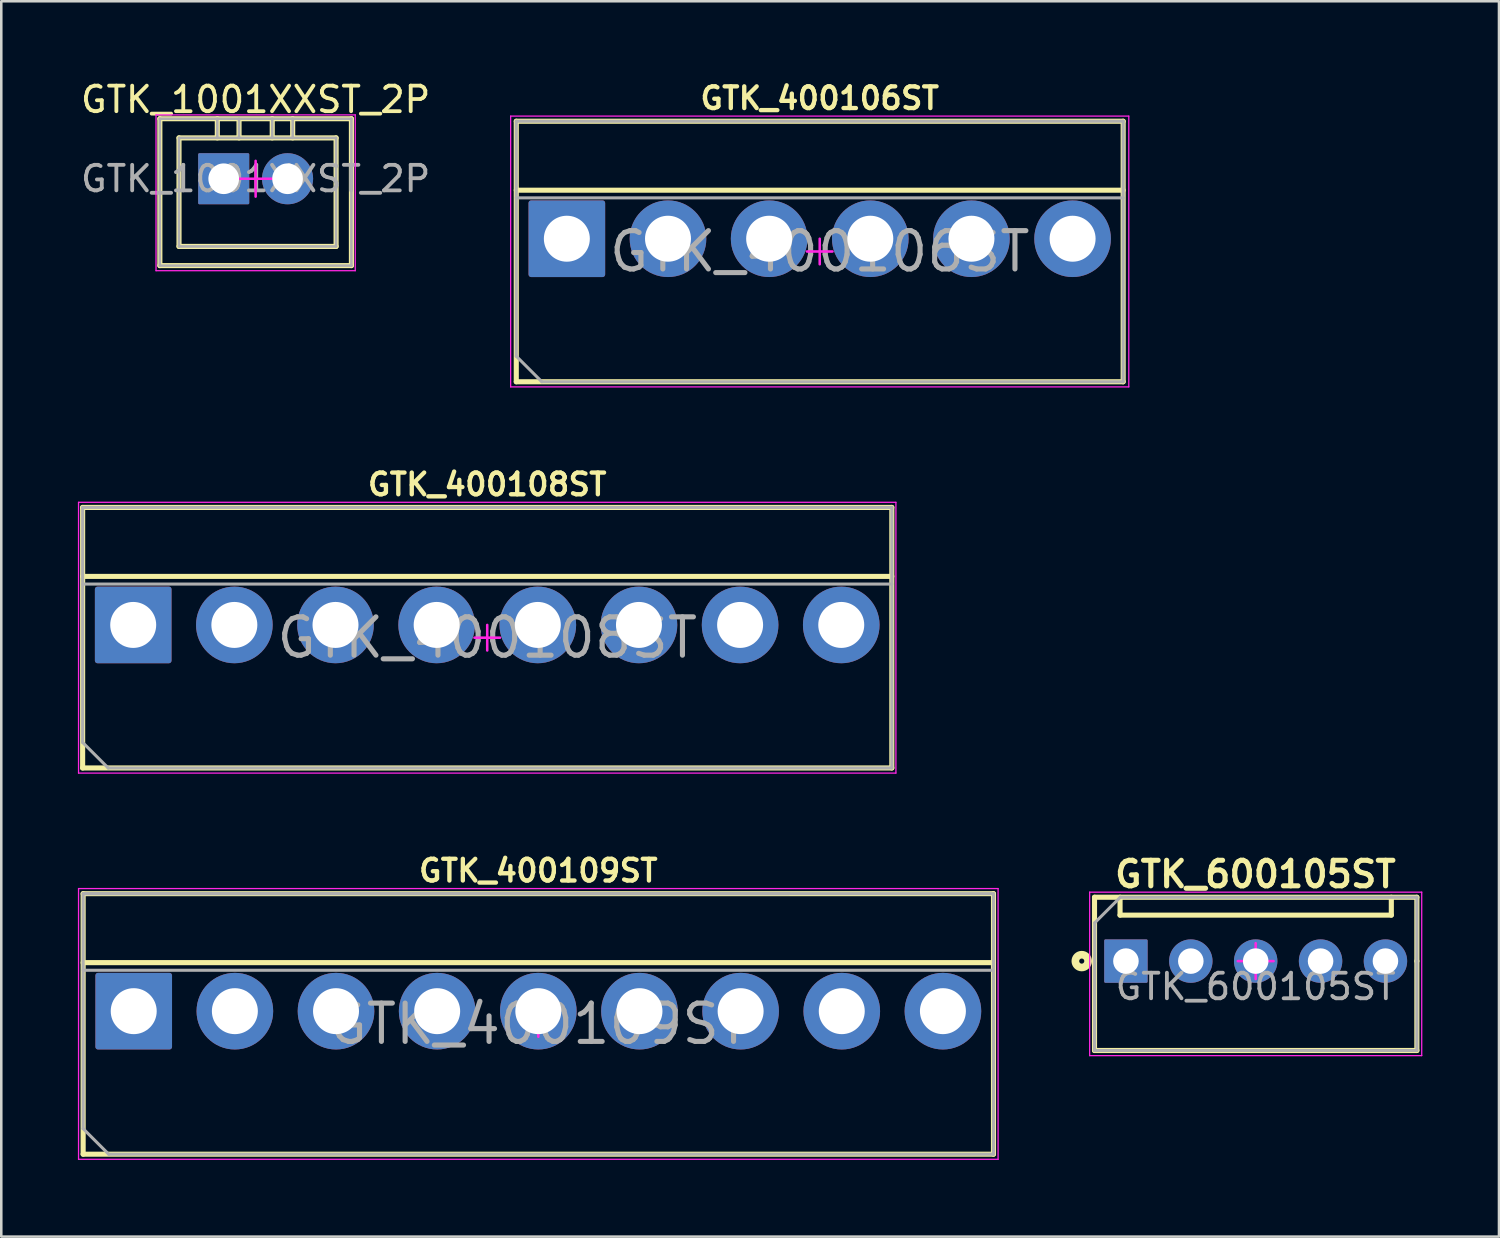
<source format=kicad_pcb>
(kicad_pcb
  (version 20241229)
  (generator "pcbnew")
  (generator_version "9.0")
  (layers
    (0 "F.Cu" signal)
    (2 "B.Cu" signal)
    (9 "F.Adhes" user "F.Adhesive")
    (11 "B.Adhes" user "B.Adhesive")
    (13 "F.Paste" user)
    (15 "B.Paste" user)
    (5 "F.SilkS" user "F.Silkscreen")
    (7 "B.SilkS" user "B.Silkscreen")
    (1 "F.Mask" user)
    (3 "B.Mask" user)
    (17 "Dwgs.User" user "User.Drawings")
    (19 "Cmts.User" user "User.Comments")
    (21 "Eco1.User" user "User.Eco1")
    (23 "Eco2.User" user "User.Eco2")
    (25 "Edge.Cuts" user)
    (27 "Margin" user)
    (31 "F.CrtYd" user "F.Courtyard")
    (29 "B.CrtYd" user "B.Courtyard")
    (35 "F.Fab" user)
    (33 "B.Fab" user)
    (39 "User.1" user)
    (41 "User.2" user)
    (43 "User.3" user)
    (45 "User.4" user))
  (footprint "GTK_400106ST"
    (layer "F.Cu")
    (at 29.042 6.796)
    (property "Reference" "GTK_400106ST" (at 0 -6 0) (layer "F.SilkS") (effects (font (size 0.85 0.85) (thickness 0.17))))
    (attr through_hole)
    (fp_line (start -11.88 -5.1) (end 11.88 -5.1) (stroke (width 0.2) (type solid)) (layer "F.SilkS"))
    (fp_line (start -11.88 -2.4) (end 11.88 -2.4) (stroke (width 0.2) (type solid)) (layer "F.SilkS"))
    (fp_line (start -11.88 5.1) (end -11.88 -5.1) (stroke (width 0.2) (type solid)) (layer "F.SilkS"))
    (fp_line (start -11.88 5.1) (end 11.88 5.1) (stroke (width 0.2) (type solid)) (layer "F.SilkS"))
    (fp_line (start 11.88 5.1) (end 11.88 -5.1) (stroke (width 0.2) (type solid)) (layer "F.SilkS"))
    (fp_line (start -12.1 -5.3) (end 12.1 -5.3) (stroke (width 0.05) (type solid)) (layer "F.CrtYd"))
    (fp_line (start -12.1 5.3) (end -12.1 -5.3) (stroke (width 0.05) (type solid)) (layer "F.CrtYd"))
    (fp_line (start -0.5 0) (end 0.5 0) (stroke (width 0.1) (type solid)) (layer "F.CrtYd"))
    (fp_line (start 0 -0.5) (end 0 0.5) (stroke (width 0.1) (type solid)) (layer "F.CrtYd"))
    (fp_line (start 12.1 -5.3) (end 12.1 5.3) (stroke (width 0.05) (type solid)) (layer "F.CrtYd"))
    (fp_line (start 12.1 5.3) (end -12.1 5.3) (stroke (width 0.05) (type solid)) (layer "F.CrtYd"))
    (fp_line (start -11.88 -5.1) (end -11.88 4.1) (stroke (width 0.12) (type solid)) (layer "F.Fab"))
    (fp_line (start -11.88 -5.1) (end 11.88 -5.1) (stroke (width 0.12) (type solid)) (layer "F.Fab"))
    (fp_line (start -11.88 -2.1) (end 11.88 -2.1) (stroke (width 0.12) (type solid)) (layer "F.Fab"))
    (fp_line (start -10.88 5.1) (end -11.88 4.1) (stroke (width 0.12) (type solid)) (layer "F.Fab"))
    (fp_line (start -10.88 5.1) (end 11.88 5.1) (stroke (width 0.12) (type solid)) (layer "F.Fab"))
    (fp_line (start 11.88 5.1) (end 11.88 -5.1) (stroke (width 0.12) (type solid)) (layer "F.Fab"))
    (fp_text user "${REFERENCE}" (at 0 0 0) (layer "F.Fab") (effects (font (size 1.5 1.5) (thickness 0.2))))
    (pad "1" thru_hole roundrect (at -9.9 -0.5) (size 3 3) (drill 1.8) (layers "*.Cu" "*.Mask") (roundrect_rratio 0.034))
    (pad "2" thru_hole circle (at -5.94 -0.5) (size 3 3) (drill 1.8) (layers "*.Cu" "*.Mask"))
    (pad "3" thru_hole circle (at -1.98 -0.5) (size 3 3) (drill 1.8) (layers "*.Cu" "*.Mask"))
    (pad "4" thru_hole circle (at 1.98 -0.5) (size 3 3) (drill 1.8) (layers "*.Cu" "*.Mask"))
    (pad "5" thru_hole circle (at 5.94 -0.5) (size 3 3) (drill 1.8) (layers "*.Cu" "*.Mask"))
    (pad "6" thru_hole circle (at 9.9 -0.5) (size 3 3) (drill 1.8) (layers "*.Cu" "*.Mask")))
  (footprint "GTK_1001XXST_2P"
    (layer "F.Cu")
    (at 6.958 3.948)
    (property "Reference" "GTK_1001XXST_2P" (at 0 -3.1 0) (layer "F.SilkS") (effects (font (size 1 1) (thickness 0.15))))
    (attr through_hole)
    (fp_line (start -3.75 -2.35) (end -3.75 3.4) (stroke (width 0.2) (type solid)) (layer "F.SilkS"))
    (fp_line (start -3.75 -2.35) (end 3.75 -2.35) (stroke (width 0.2) (type solid)) (layer "F.SilkS"))
    (fp_line (start -3.75 3.4) (end 3.75 3.4) (stroke (width 0.2) (type solid)) (layer "F.SilkS"))
    (fp_line (start -3 -1.6) (end 3.15 -1.6) (stroke (width 0.2) (type solid)) (layer "F.SilkS"))
    (fp_line (start -3 2.65) (end -3 -1.6) (stroke (width 0.2) (type solid)) (layer "F.SilkS"))
    (fp_line (start -1.5 -2.35) (end -1.5 -1.6) (stroke (width 0.2) (type solid)) (layer "F.SilkS"))
    (fp_line (start -0.65 -1.6) (end -0.65 -2.3) (stroke (width 0.2) (type solid)) (layer "F.SilkS"))
    (fp_line (start 0.65 -1.6) (end 0.65 -2.35) (stroke (width 0.2) (type solid)) (layer "F.SilkS"))
    (fp_line (start 1.45 -1.6) (end 1.45 -2.35) (stroke (width 0.2) (type solid)) (layer "F.SilkS"))
    (fp_line (start 3.15 -1.6) (end 3.15 2.65) (stroke (width 0.2) (type solid)) (layer "F.SilkS"))
    (fp_line (start 3.15 2.65) (end -3 2.65) (stroke (width 0.2) (type solid)) (layer "F.SilkS"))
    (fp_line (start 3.75 3.4) (end 3.75 -2.35) (stroke (width 0.2) (type solid)) (layer "F.SilkS"))
    (fp_line (start -3.9 -2.5) (end 3.9 -2.5) (stroke (width 0.05) (type solid)) (layer "F.CrtYd"))
    (fp_line (start -3.9 3.6) (end -3.9 -2.5) (stroke (width 0.05) (type solid)) (layer "F.CrtYd"))
    (fp_line (start -0.7 0) (end 0.7 0) (stroke (width 0.1) (type solid)) (layer "F.CrtYd"))
    (fp_line (start 0 -0.7) (end 0 0.7) (stroke (width 0.1) (type solid)) (layer "F.CrtYd"))
    (fp_line (start 3.9 -2.5) (end 3.9 3.6) (stroke (width 0.05) (type solid)) (layer "F.CrtYd"))
    (fp_line (start 3.9 3.6) (end -3.9 3.6) (stroke (width 0.05) (type solid)) (layer "F.CrtYd"))
    (fp_line (start -3.75 -2.35) (end 3.75 -2.35) (stroke (width 0.1) (type solid)) (layer "F.Fab"))
    (fp_line (start -3.75 3.4) (end -3.75 -2.35) (stroke (width 0.1) (type solid)) (layer "F.Fab"))
    (fp_line (start -3 -1.6) (end 3.15 -1.6) (stroke (width 0.1) (type solid)) (layer "F.Fab"))
    (fp_line (start -3 2.65) (end -3 -1.6) (stroke (width 0.1) (type solid)) (layer "F.Fab"))
    (fp_line (start -1.5 -1.6) (end -1.5 -2.35) (stroke (width 0.1) (type solid)) (layer "F.Fab"))
    (fp_line (start -0.65 -2.35) (end -0.65 -1.6) (stroke (width 0.1) (type solid)) (layer "F.Fab"))
    (fp_line (start 0.65 -2.35) (end 0.65 -1.6) (stroke (width 0.1) (type solid)) (layer "F.Fab"))
    (fp_line (start 1.45 -2.35) (end 1.45 -1.6) (stroke (width 0.1) (type solid)) (layer "F.Fab"))
    (fp_line (start 3.15 -1.6) (end 3.15 2.65) (stroke (width 0.1) (type solid)) (layer "F.Fab"))
    (fp_line (start 3.15 2.65) (end -3 2.65) (stroke (width 0.1) (type solid)) (layer "F.Fab"))
    (fp_line (start 3.75 -2.35) (end 3.75 3.4) (stroke (width 0.1) (type solid)) (layer "F.Fab"))
    (fp_line (start 3.75 3.4) (end -3.75 3.4) (stroke (width 0.1) (type solid)) (layer "F.Fab"))
    (fp_text user "${REFERENCE}" (at 0 0 0) (layer "F.Fab") (effects (font (size 1 1) (thickness 0.15))))
    (pad "1" thru_hole roundrect (at -1.25 0) (size 2 2) (drill 1.2) (layers "*.Cu" "*.Mask") (roundrect_rratio 0.025))
    (pad "2" thru_hole circle (at 1.25 0) (size 2 2) (drill 1.2) (layers "*.Cu" "*.Mask")))
  (footprint "GTK_400108ST"
    (layer "F.Cu")
    (at 16.025 21.916)
    (property "Reference" "GTK_400108ST" (at 0 -6 0) (layer "F.SilkS") (effects (font (size 0.85 0.85) (thickness 0.17))))
    (attr through_hole)
    (fp_line (start -15.84 -5.1) (end 15.84 -5.1) (stroke (width 0.2) (type solid)) (layer "F.SilkS"))
    (fp_line (start -15.84 -2.4) (end 15.84 -2.4) (stroke (width 0.2) (type solid)) (layer "F.SilkS"))
    (fp_line (start -15.84 5.1) (end -15.84 -5.1) (stroke (width 0.2) (type solid)) (layer "F.SilkS"))
    (fp_line (start -15.84 5.1) (end 15.84 5.1) (stroke (width 0.2) (type solid)) (layer "F.SilkS"))
    (fp_line (start 15.84 5.1) (end 15.84 -5.1) (stroke (width 0.2) (type solid)) (layer "F.SilkS"))
    (fp_line (start -16 -5.3) (end 16 -5.3) (stroke (width 0.05) (type solid)) (layer "F.CrtYd"))
    (fp_line (start -16 5.3) (end -16 -5.3) (stroke (width 0.05) (type solid)) (layer "F.CrtYd"))
    (fp_line (start -0.5 0) (end 0.5 0) (stroke (width 0.1) (type solid)) (layer "F.CrtYd"))
    (fp_line (start 0 -0.5) (end 0 0.5) (stroke (width 0.1) (type solid)) (layer "F.CrtYd"))
    (fp_line (start 16 -5.3) (end 16 5.3) (stroke (width 0.05) (type solid)) (layer "F.CrtYd"))
    (fp_line (start 16 5.3) (end -16 5.3) (stroke (width 0.05) (type solid)) (layer "F.CrtYd"))
    (fp_line (start -15.84 -5.1) (end -15.84 4.1) (stroke (width 0.12) (type solid)) (layer "F.Fab"))
    (fp_line (start -15.84 -5.1) (end 15.84 -5.1) (stroke (width 0.12) (type solid)) (layer "F.Fab"))
    (fp_line (start -15.84 -2.1) (end 15.84 -2.1) (stroke (width 0.12) (type solid)) (layer "F.Fab"))
    (fp_line (start -14.84 5.1) (end -15.84 4.1) (stroke (width 0.12) (type solid)) (layer "F.Fab"))
    (fp_line (start -14.84 5.1) (end 15.84 5.1) (stroke (width 0.12) (type solid)) (layer "F.Fab"))
    (fp_line (start 15.84 5.1) (end 15.84 -5.1) (stroke (width 0.12) (type solid)) (layer "F.Fab"))
    (fp_text user "${REFERENCE}" (at 0 0 0) (layer "F.Fab") (effects (font (size 1.5 1.5) (thickness 0.2))))
    (pad "1" thru_hole roundrect (at -13.86 -0.5) (size 3 3) (drill 1.8) (layers "*.Cu" "*.Mask") (roundrect_rratio 0.034))
    (pad "2" thru_hole circle (at -9.9 -0.5) (size 3 3) (drill 1.8) (layers "*.Cu" "*.Mask"))
    (pad "3" thru_hole circle (at -5.94 -0.5) (size 3 3) (drill 1.8) (layers "*.Cu" "*.Mask"))
    (pad "4" thru_hole circle (at -1.98 -0.5) (size 3 3) (drill 1.8) (layers "*.Cu" "*.Mask"))
    (pad "5" thru_hole circle (at 1.98 -0.5) (size 3 3) (drill 1.8) (layers "*.Cu" "*.Mask"))
    (pad "6" thru_hole circle (at 5.94 -0.5) (size 3 3) (drill 1.8) (layers "*.Cu" "*.Mask"))
    (pad "7" thru_hole circle (at 9.9 -0.5) (size 3 3) (drill 1.8) (layers "*.Cu" "*.Mask"))
    (pad "8" thru_hole circle (at 13.86 -0.5) (size 3 3) (drill 1.8) (layers "*.Cu" "*.Mask")))
  (footprint "GTK_400109ST"
    (layer "F.Cu")
    (at 18.025 37.037)
    (property "Reference" "GTK_400109ST" (at 0 -6 0) (layer "F.SilkS") (effects (font (size 0.85 0.85) (thickness 0.17))))
    (attr through_hole)
    (fp_line (start -17.82 -5.1) (end 17.82 -5.1) (stroke (width 0.2) (type solid)) (layer "F.SilkS"))
    (fp_line (start -17.82 -2.4) (end 17.82 -2.4) (stroke (width 0.2) (type solid)) (layer "F.SilkS"))
    (fp_line (start -17.82 5.1) (end -17.82 -5.1) (stroke (width 0.2) (type solid)) (layer "F.SilkS"))
    (fp_line (start -17.82 5.1) (end 17.82 5.1) (stroke (width 0.2) (type solid)) (layer "F.SilkS"))
    (fp_line (start 17.82 5.1) (end 17.82 -5.1) (stroke (width 0.2) (type solid)) (layer "F.SilkS"))
    (fp_line (start -18 -5.3) (end 18 -5.3) (stroke (width 0.05) (type solid)) (layer "F.CrtYd"))
    (fp_line (start -18 5.3) (end -18 -5.3) (stroke (width 0.05) (type solid)) (layer "F.CrtYd"))
    (fp_line (start -0.5 0) (end 0.5 0) (stroke (width 0.1) (type solid)) (layer "F.CrtYd"))
    (fp_line (start 0 -0.5) (end 0 0.5) (stroke (width 0.1) (type solid)) (layer "F.CrtYd"))
    (fp_line (start 18 -5.3) (end 18 5.3) (stroke (width 0.05) (type solid)) (layer "F.CrtYd"))
    (fp_line (start 18 5.3) (end -18 5.3) (stroke (width 0.05) (type solid)) (layer "F.CrtYd"))
    (fp_line (start -17.82 -5.1) (end -17.82 4.1) (stroke (width 0.12) (type solid)) (layer "F.Fab"))
    (fp_line (start -17.82 -5.1) (end 17.82 -5.1) (stroke (width 0.12) (type solid)) (layer "F.Fab"))
    (fp_line (start -17.82 -2.1) (end 17.82 -2.1) (stroke (width 0.12) (type solid)) (layer "F.Fab"))
    (fp_line (start -17.74 -5.1) (end 9.82 -5.1) (stroke (width 0.12) (type solid)) (layer "F.Fab"))
    (fp_line (start -16.82 5.1) (end -17.82 4.1) (stroke (width 0.12) (type solid)) (layer "F.Fab"))
    (fp_line (start -16.82 5.1) (end 17.82 5.1) (stroke (width 0.12) (type solid)) (layer "F.Fab"))
    (fp_line (start 17.82 5.1) (end 17.82 -5.1) (stroke (width 0.12) (type solid)) (layer "F.Fab"))
    (fp_text user "${REFERENCE}" (at 0 0 0) (layer "F.Fab") (effects (font (size 1.5 1.5) (thickness 0.2))))
    (pad "1" thru_hole roundrect (at -15.84 -0.5) (size 3 3) (drill 1.8) (layers "*.Cu" "*.Mask") (roundrect_rratio 0.034))
    (pad "2" thru_hole circle (at -11.88 -0.5) (size 3 3) (drill 1.8) (layers "*.Cu" "*.Mask"))
    (pad "3" thru_hole circle (at -7.92 -0.5) (size 3 3) (drill 1.8) (layers "*.Cu" "*.Mask"))
    (pad "4" thru_hole circle (at -3.96 -0.5) (size 3 3) (drill 1.8) (layers "*.Cu" "*.Mask"))
    (pad "5" thru_hole circle (at 0 -0.5) (size 3 3) (drill 1.8) (layers "*.Cu" "*.Mask"))
    (pad "6" thru_hole circle (at 3.96 -0.5) (size 3 3) (drill 1.8) (layers "*.Cu" "*.Mask"))
    (pad "7" thru_hole circle (at 7.92 -0.5) (size 3 3) (drill 1.8) (layers "*.Cu" "*.Mask"))
    (pad "8" thru_hole circle (at 11.88 -0.5) (size 3 3) (drill 1.8) (layers "*.Cu" "*.Mask"))
    (pad "9" thru_hole circle (at 15.84 -0.5) (size 3 3) (drill 1.8) (layers "*.Cu" "*.Mask")))
  (footprint "GTK_600105ST"
    (layer "F.Cu")
    (at 46.11 34.577)
    (property "Reference" "GTK_600105ST" (at -0.01 -3.4 180) (layer "F.SilkS") (effects (font (size 1 1) (thickness 0.2))))
    (attr through_hole)
    (fp_line (start -6.31 -2.5) (end -6.31 0) (stroke (width 0.2) (type solid)) (layer "F.SilkS"))
    (fp_line (start -6.31 0) (end -6.31 3.5) (stroke (width 0.2) (type solid)) (layer "F.SilkS"))
    (fp_line (start -6.31 3.5) (end 6.31 3.5) (stroke (width 0.2) (type solid)) (layer "F.SilkS"))
    (fp_line (start -5.31 -1.8) (end -5.31 -2.5) (stroke (width 0.2) (type solid)) (layer "F.SilkS"))
    (fp_line (start 5.31 -2.5) (end 5.31 -1.8) (stroke (width 0.2) (type solid)) (layer "F.SilkS"))
    (fp_line (start 5.31 -1.8) (end -5.31 -1.8) (stroke (width 0.2) (type solid)) (layer "F.SilkS"))
    (fp_line (start 6.31 -2.5) (end -6.31 -2.5) (stroke (width 0.2) (type solid)) (layer "F.SilkS"))
    (fp_line (start 6.31 0) (end 6.31 -2.5) (stroke (width 0.2) (type solid)) (layer "F.SilkS"))
    (fp_line (start 6.31 3.5) (end 6.31 0) (stroke (width 0.2) (type solid)) (layer "F.SilkS"))
    (fp_circle (center -6.81 0) (end -6.71 0) (stroke (width 0.3) (type solid)) (fill no) (layer "F.SilkS"))
    (fp_line (start -6.5 -2.7) (end 6.5 -2.7) (stroke (width 0.05) (type solid)) (layer "F.CrtYd"))
    (fp_line (start -6.5 3.7) (end -6.5 -2.7) (stroke (width 0.05) (type solid)) (layer "F.CrtYd"))
    (fp_line (start 0 -0.7) (end 0 0.7) (stroke (width 0.1) (type solid)) (layer "F.CrtYd"))
    (fp_line (start 0.7 0) (end -0.7 0) (stroke (width 0.1) (type solid)) (layer "F.CrtYd"))
    (fp_line (start 6.5 -2.7) (end 6.5 3.7) (stroke (width 0.05) (type solid)) (layer "F.CrtYd"))
    (fp_line (start 6.5 3.7) (end -6.5 3.7) (stroke (width 0.05) (type solid)) (layer "F.CrtYd"))
    (fp_line (start -6.31 3.5) (end -6.3 -1.5) (stroke (width 0.12) (type solid)) (layer "F.Fab"))
    (fp_line (start -5.3 -2.5) (end -6.3 -1.5) (stroke (width 0.12) (type solid)) (layer "F.Fab"))
    (fp_line (start -5.3 -2.5) (end 6.31 -2.5) (stroke (width 0.12) (type solid)) (layer "F.Fab"))
    (fp_line (start 6.31 -2.5) (end 6.31 3.5) (stroke (width 0.12) (type solid)) (layer "F.Fab"))
    (fp_line (start 6.31 3.5) (end -6.31 3.5) (stroke (width 0.12) (type solid)) (layer "F.Fab"))
    (fp_text user "${REFERENCE}" (at 0 1 0) (layer "F.Fab") (effects (font (size 1 1) (thickness 0.15))))
    (pad "1" thru_hole roundrect (at -5.08 0) (size 1.7 1.7) (drill 1) (layers "*.Cu" "*.Mask") (roundrect_rratio 0.029))
    (pad "2" thru_hole circle (at -2.54 0) (size 1.7 1.7) (drill 1) (layers "*.Cu" "*.Mask"))
    (pad "3" thru_hole circle (at 0 0) (size 1.7 1.7) (drill 1) (layers "*.Cu" "*.Mask"))
    (pad "4" thru_hole circle (at 2.54 0) (size 1.7 1.7) (drill 1) (layers "*.Cu" "*.Mask"))
    (pad "5" thru_hole circle (at 5.08 0) (size 1.7 1.7) (drill 1) (layers "*.Cu" "*.Mask")))
  (gr_rect
    (start -3 -3)
    (end 55.635 45.362)
    (stroke (width 0.1) (type default))
    (fill no)
    (layer "Edge.Cuts")))
</source>
